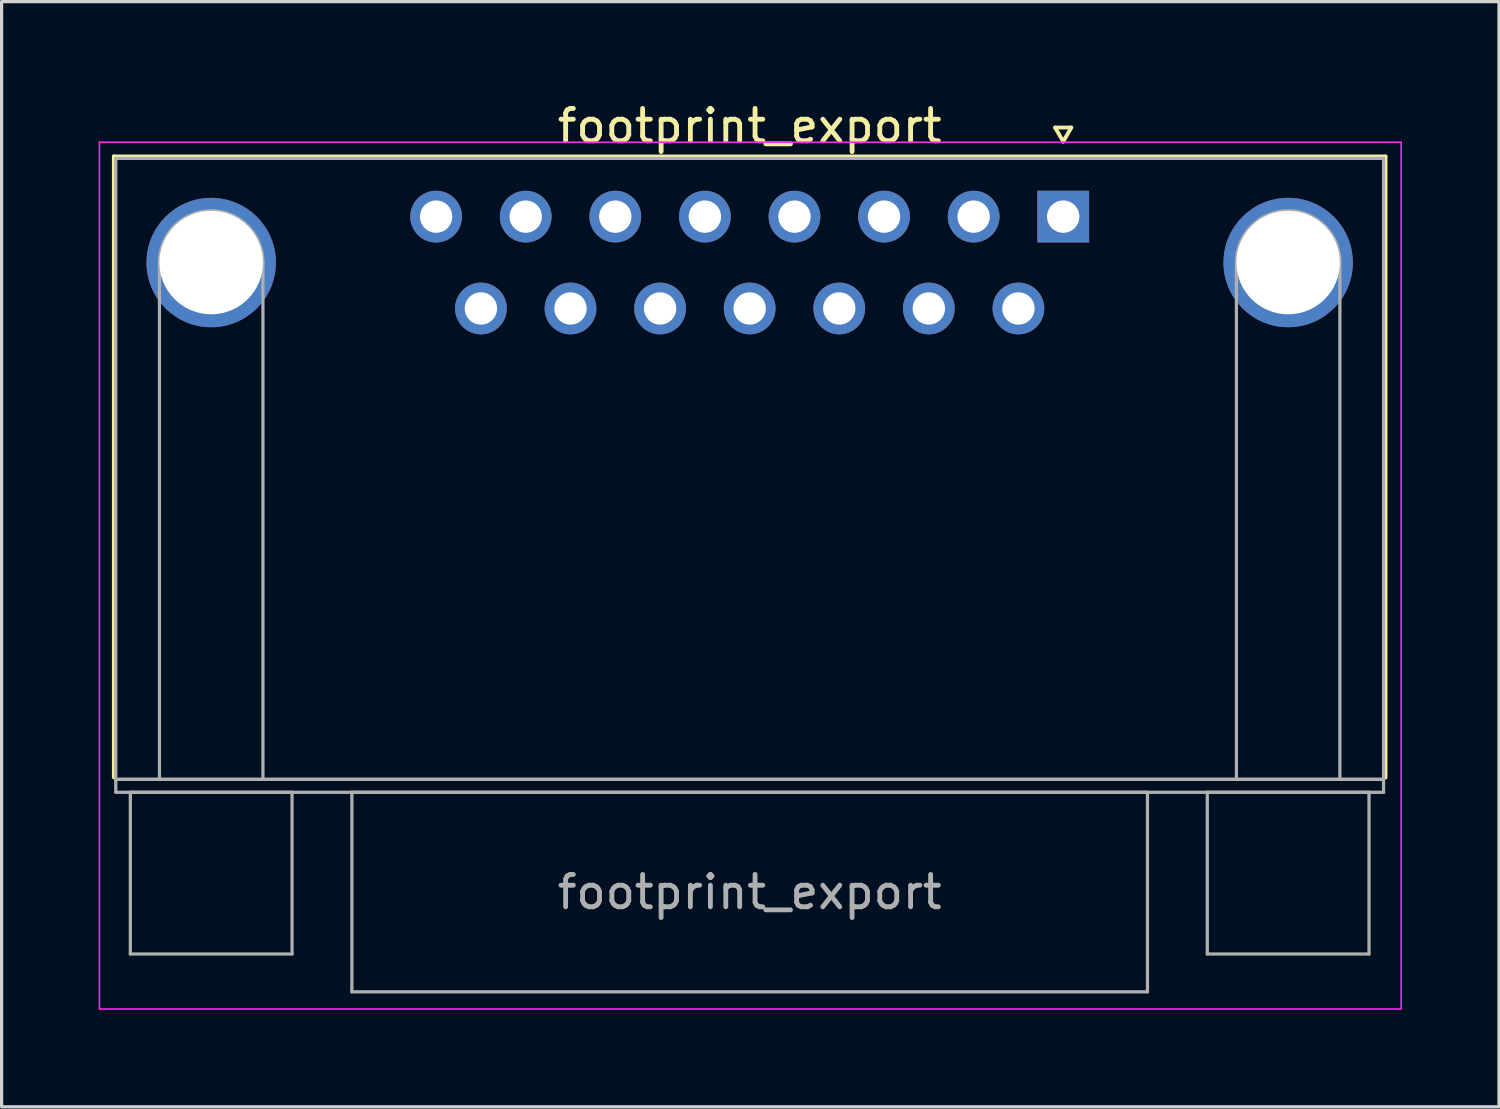
<source format=kicad_pcb>
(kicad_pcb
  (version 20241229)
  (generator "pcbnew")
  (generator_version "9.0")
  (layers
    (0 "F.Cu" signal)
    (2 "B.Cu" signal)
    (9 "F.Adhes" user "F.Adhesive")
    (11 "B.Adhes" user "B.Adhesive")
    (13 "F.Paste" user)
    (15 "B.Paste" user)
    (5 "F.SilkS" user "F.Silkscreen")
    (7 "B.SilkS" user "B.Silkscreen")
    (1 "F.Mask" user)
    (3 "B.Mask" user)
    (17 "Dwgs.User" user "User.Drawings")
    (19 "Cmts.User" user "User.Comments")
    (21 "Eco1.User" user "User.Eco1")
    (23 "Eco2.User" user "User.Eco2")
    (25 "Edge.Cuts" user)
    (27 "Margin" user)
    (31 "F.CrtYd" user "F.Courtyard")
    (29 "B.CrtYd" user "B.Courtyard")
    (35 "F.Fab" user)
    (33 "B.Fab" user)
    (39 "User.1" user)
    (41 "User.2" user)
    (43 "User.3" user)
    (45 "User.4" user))
  (footprint "footprint_export"
    (layer "F.Cu")
    (at 29.825 3.648)
    (property "Reference" "footprint_export" (at -9.695 -2.8 0) (layer "F.SilkS") (effects (font (size 1 1) (thickness 0.15))))
    (attr through_hole)
    (fp_line (start -29.355 -1.86) (end 9.965 -1.86) (stroke (width 0.12) (type solid)) (layer "F.SilkS"))
    (fp_line (start -29.355 17.34) (end -29.355 -1.86) (stroke (width 0.12) (type solid)) (layer "F.SilkS"))
    (fp_line (start -0.25 -2.754) (end 0.25 -2.754) (stroke (width 0.12) (type solid)) (layer "F.SilkS"))
    (fp_line (start 0 -2.321) (end -0.25 -2.754) (stroke (width 0.12) (type solid)) (layer "F.SilkS"))
    (fp_line (start 0.25 -2.754) (end 0 -2.321) (stroke (width 0.12) (type solid)) (layer "F.SilkS"))
    (fp_line (start 9.965 -1.86) (end 9.965 17.34) (stroke (width 0.12) (type solid)) (layer "F.SilkS"))
    (fp_line (start -29.8 -2.3) (end -29.8 24.5) (stroke (width 0.05) (type solid)) (layer "F.CrtYd"))
    (fp_line (start -29.8 24.5) (end 10.45 24.5) (stroke (width 0.05) (type solid)) (layer "F.CrtYd"))
    (fp_line (start 10.45 -2.3) (end -29.8 -2.3) (stroke (width 0.05) (type solid)) (layer "F.CrtYd"))
    (fp_line (start 10.45 24.5) (end 10.45 -2.3) (stroke (width 0.05) (type solid)) (layer "F.CrtYd"))
    (fp_line (start -29.295 -1.8) (end -29.295 17.4) (stroke (width 0.1) (type solid)) (layer "F.Fab"))
    (fp_line (start -29.295 17.4) (end -29.295 17.8) (stroke (width 0.1) (type solid)) (layer "F.Fab"))
    (fp_line (start -29.295 17.4) (end 9.905 17.4) (stroke (width 0.1) (type solid)) (layer "F.Fab"))
    (fp_line (start -29.295 17.8) (end 9.905 17.8) (stroke (width 0.1) (type solid)) (layer "F.Fab"))
    (fp_line (start -28.845 17.8) (end -28.845 22.8) (stroke (width 0.1) (type solid)) (layer "F.Fab"))
    (fp_line (start -28.845 22.8) (end -23.845 22.8) (stroke (width 0.1) (type solid)) (layer "F.Fab"))
    (fp_line (start -27.945 17.4) (end -27.945 1.42) (stroke (width 0.1) (type solid)) (layer "F.Fab"))
    (fp_line (start -24.745 17.4) (end -24.745 1.42) (stroke (width 0.1) (type solid)) (layer "F.Fab"))
    (fp_line (start -23.845 17.8) (end -28.845 17.8) (stroke (width 0.1) (type solid)) (layer "F.Fab"))
    (fp_line (start -23.845 22.8) (end -23.845 17.8) (stroke (width 0.1) (type solid)) (layer "F.Fab"))
    (fp_line (start -21.995 17.8) (end -21.995 23.97) (stroke (width 0.1) (type solid)) (layer "F.Fab"))
    (fp_line (start -21.995 23.97) (end 2.605 23.97) (stroke (width 0.1) (type solid)) (layer "F.Fab"))
    (fp_line (start 2.605 17.8) (end -21.995 17.8) (stroke (width 0.1) (type solid)) (layer "F.Fab"))
    (fp_line (start 2.605 23.97) (end 2.605 17.8) (stroke (width 0.1) (type solid)) (layer "F.Fab"))
    (fp_line (start 4.455 17.8) (end 4.455 22.8) (stroke (width 0.1) (type solid)) (layer "F.Fab"))
    (fp_line (start 4.455 22.8) (end 9.455 22.8) (stroke (width 0.1) (type solid)) (layer "F.Fab"))
    (fp_line (start 5.355 17.4) (end 5.355 1.42) (stroke (width 0.1) (type solid)) (layer "F.Fab"))
    (fp_line (start 8.555 17.4) (end 8.555 1.42) (stroke (width 0.1) (type solid)) (layer "F.Fab"))
    (fp_line (start 9.455 17.8) (end 4.455 17.8) (stroke (width 0.1) (type solid)) (layer "F.Fab"))
    (fp_line (start 9.455 22.8) (end 9.455 17.8) (stroke (width 0.1) (type solid)) (layer "F.Fab"))
    (fp_line (start 9.905 -1.8) (end -29.295 -1.8) (stroke (width 0.1) (type solid)) (layer "F.Fab"))
    (fp_line (start 9.905 17.4) (end -29.295 17.4) (stroke (width 0.1) (type solid)) (layer "F.Fab"))
    (fp_line (start 9.905 17.4) (end 9.905 -1.8) (stroke (width 0.1) (type solid)) (layer "F.Fab"))
    (fp_line (start 9.905 17.8) (end 9.905 17.4) (stroke (width 0.1) (type solid)) (layer "F.Fab"))
    (fp_arc (start -27.945 1.42) (mid -26.345 -0.18) (end -24.745 1.42) (stroke (width 0.1) (type solid)) (layer "F.Fab"))
    (fp_arc (start 5.355 1.42) (mid 6.955 -0.18) (end 8.555 1.42) (stroke (width 0.1) (type solid)) (layer "F.Fab"))
    (fp_text user "${REFERENCE}" (at -9.695 20.885 0) (layer "F.Fab") (effects (font (size 1 1) (thickness 0.15))))
    (pad "0" thru_hole circle (at -26.345 1.42) (size 4 4) (drill 3.2) (layers "*.Cu" "*.Mask"))
    (pad "0" thru_hole circle (at 6.955 1.42) (size 4 4) (drill 3.2) (layers "*.Cu" "*.Mask"))
    (pad "1" thru_hole rect (at 0 0) (size 1.6 1.6) (drill 1) (layers "*.Cu" "*.Mask"))
    (pad "2" thru_hole circle (at -2.77 0) (size 1.6 1.6) (drill 1) (layers "*.Cu" "*.Mask"))
    (pad "3" thru_hole circle (at -5.54 0) (size 1.6 1.6) (drill 1) (layers "*.Cu" "*.Mask"))
    (pad "4" thru_hole circle (at -8.31 0) (size 1.6 1.6) (drill 1) (layers "*.Cu" "*.Mask"))
    (pad "5" thru_hole circle (at -11.08 0) (size 1.6 1.6) (drill 1) (layers "*.Cu" "*.Mask"))
    (pad "6" thru_hole circle (at -13.85 0) (size 1.6 1.6) (drill 1) (layers "*.Cu" "*.Mask"))
    (pad "7" thru_hole circle (at -16.62 0) (size 1.6 1.6) (drill 1) (layers "*.Cu" "*.Mask"))
    (pad "8" thru_hole circle (at -19.39 0) (size 1.6 1.6) (drill 1) (layers "*.Cu" "*.Mask"))
    (pad "9" thru_hole circle (at -1.385 2.84) (size 1.6 1.6) (drill 1) (layers "*.Cu" "*.Mask"))
    (pad "10" thru_hole circle (at -4.155 2.84) (size 1.6 1.6) (drill 1) (layers "*.Cu" "*.Mask"))
    (pad "11" thru_hole circle (at -6.925 2.84) (size 1.6 1.6) (drill 1) (layers "*.Cu" "*.Mask"))
    (pad "12" thru_hole circle (at -9.695 2.84) (size 1.6 1.6) (drill 1) (layers "*.Cu" "*.Mask"))
    (pad "13" thru_hole circle (at -12.465 2.84) (size 1.6 1.6) (drill 1) (layers "*.Cu" "*.Mask"))
    (pad "14" thru_hole circle (at -15.235 2.84) (size 1.6 1.6) (drill 1) (layers "*.Cu" "*.Mask"))
    (pad "15" thru_hole circle (at -18.005 2.84) (size 1.6 1.6) (drill 1) (layers "*.Cu" "*.Mask")))
  (gr_rect
    (start -3 -3)
    (end 43.3 31.173)
    (stroke (width 0.1) (type default))
    (fill no)
    (layer "Edge.Cuts")))
</source>
